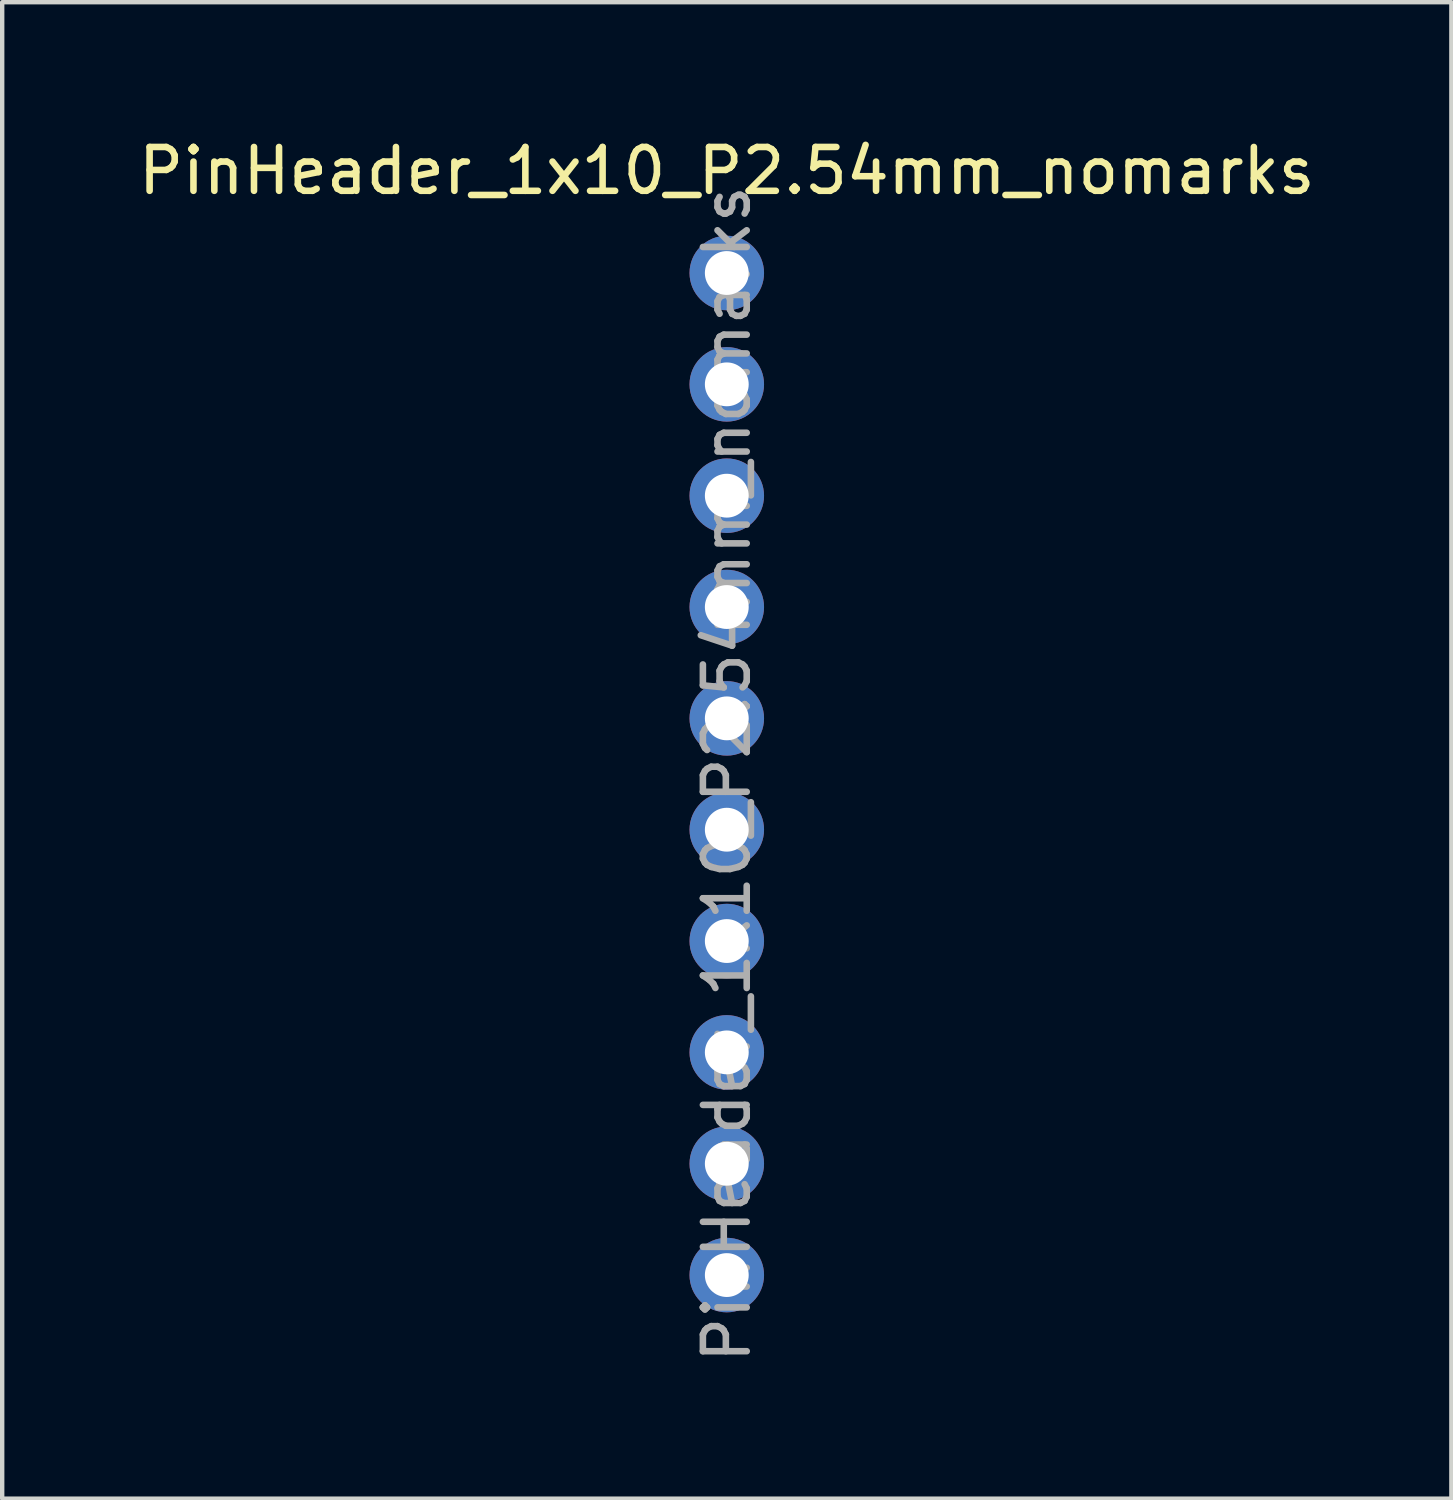
<source format=kicad_pcb>
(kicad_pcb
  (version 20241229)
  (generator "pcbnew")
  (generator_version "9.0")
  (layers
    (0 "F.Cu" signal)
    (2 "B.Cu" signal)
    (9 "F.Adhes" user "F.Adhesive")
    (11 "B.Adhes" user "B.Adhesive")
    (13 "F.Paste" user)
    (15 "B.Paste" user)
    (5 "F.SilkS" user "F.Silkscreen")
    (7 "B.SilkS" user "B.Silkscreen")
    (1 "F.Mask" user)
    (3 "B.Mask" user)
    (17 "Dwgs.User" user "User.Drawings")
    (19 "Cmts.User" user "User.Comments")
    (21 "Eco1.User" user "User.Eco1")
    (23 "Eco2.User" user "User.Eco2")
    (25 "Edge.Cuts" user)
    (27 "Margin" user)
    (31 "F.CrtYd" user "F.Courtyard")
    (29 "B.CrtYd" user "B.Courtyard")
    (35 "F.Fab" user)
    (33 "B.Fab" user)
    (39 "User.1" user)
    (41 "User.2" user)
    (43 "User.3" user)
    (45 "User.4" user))
  (footprint "PinHeader_1x10_P2.54mm_nomarks"
    (layer "F.Cu")
    (at 13.53 3.178)
    (property "Reference" "PinHeader_1x10_P2.54mm_nomarks" (at 0 -2.33 0) (layer "F.SilkS") (effects (font (size 1 1) (thickness 0.15))))
    (attr through_hole)
    (fp_text user "${REFERENCE}" (at 0 11.43 270) (layer "F.Fab") (effects (font (size 1 1) (thickness 0.15))))
    (pad "1" thru_hole circle (at 0 0) (size 1.7 1.7) (drill 1) (layers "*.Cu" "*.Mask"))
    (pad "2" thru_hole oval (at 0 2.54) (size 1.7 1.7) (drill 1) (layers "*.Cu" "*.Mask"))
    (pad "3" thru_hole oval (at 0 5.08) (size 1.7 1.7) (drill 1) (layers "*.Cu" "*.Mask"))
    (pad "4" thru_hole oval (at 0 7.62) (size 1.7 1.7) (drill 1) (layers "*.Cu" "*.Mask"))
    (pad "5" thru_hole oval (at 0 10.16) (size 1.7 1.7) (drill 1) (layers "*.Cu" "*.Mask"))
    (pad "6" thru_hole oval (at 0 12.7) (size 1.7 1.7) (drill 1) (layers "*.Cu" "*.Mask"))
    (pad "7" thru_hole oval (at 0 15.24) (size 1.7 1.7) (drill 1) (layers "*.Cu" "*.Mask"))
    (pad "8" thru_hole oval (at 0 17.78) (size 1.7 1.7) (drill 1) (layers "*.Cu" "*.Mask"))
    (pad "9" thru_hole oval (at 0 20.32) (size 1.7 1.7) (drill 1) (layers "*.Cu" "*.Mask"))
    (pad "10" thru_hole oval (at 0 22.86) (size 1.7 1.7) (drill 1) (layers "*.Cu" "*.Mask")))
  (gr_rect
    (start -3 -3)
    (end 30.06 31.138)
    (stroke (width 0.1) (type default))
    (fill no)
    (layer "Edge.Cuts")))
</source>
